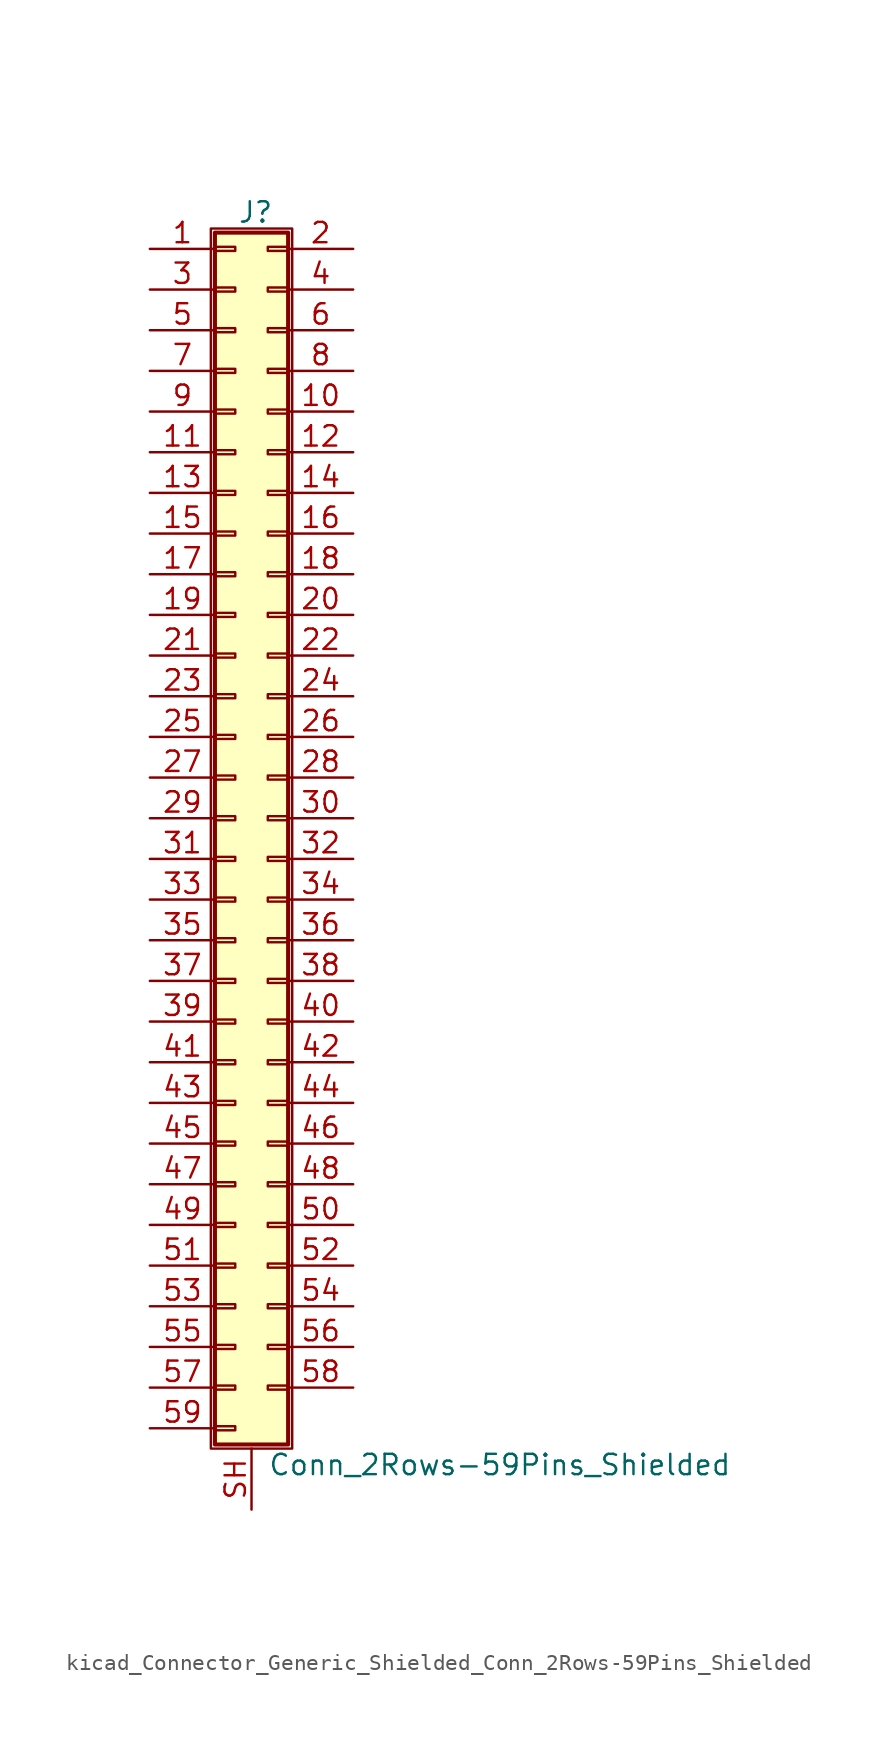
<source format=kicad_sym>
(kicad_symbol_lib
  (version 20220914)
  (generator kicad_symbol_editor)
  (symbol "kicad_Connector_Generic_Shielded_Conn_2Rows-59Pins_Shielded"
    (pin_names
      (offset 1.016) hide)
    (property "Reference" "J"
      (at 1.524 37.846 0)
      (effects (font (size 1.27 1.27))))
    (property "Value" "Conn_2Rows-59Pins_Shielded"
      (at 2.286 -40.386 0)
      (effects (font (size 1.27 1.27)) (justify left)))
    (symbol "kicad_Connector_Generic_Shielded_Conn_2Rows-59Pins_Shielded_1_1"
      (rectangle (start -1.27 36.83) (end 3.81 -39.37) (stroke (width 0.152) (type default)) (fill (type none)))
      (rectangle (start -1.016 -37.973) (end 0.254 -38.227) (stroke (width 0.152) (type default)) (fill (type none)))
      (rectangle (start -1.016 -35.433) (end 0.254 -35.687) (stroke (width 0.152) (type default)) (fill (type none)))
      (rectangle (start -1.016 -32.893) (end 0.254 -33.147) (stroke (width 0.152) (type default)) (fill (type none)))
      (rectangle (start -1.016 -30.353) (end 0.254 -30.607) (stroke (width 0.152) (type default)) (fill (type none)))
      (rectangle (start -1.016 -27.813) (end 0.254 -28.067) (stroke (width 0.152) (type default)) (fill (type none)))
      (rectangle (start -1.016 -25.273) (end 0.254 -25.527) (stroke (width 0.152) (type default)) (fill (type none)))
      (rectangle (start -1.016 -22.733) (end 0.254 -22.987) (stroke (width 0.152) (type default)) (fill (type none)))
      (rectangle (start -1.016 -20.193) (end 0.254 -20.447) (stroke (width 0.152) (type default)) (fill (type none)))
      (rectangle (start -1.016 -17.653) (end 0.254 -17.907) (stroke (width 0.152) (type default)) (fill (type none)))
      (rectangle (start -1.016 -15.113) (end 0.254 -15.367) (stroke (width 0.152) (type default)) (fill (type none)))
      (rectangle (start -1.016 -12.573) (end 0.254 -12.827) (stroke (width 0.152) (type default)) (fill (type none)))
      (rectangle (start -1.016 -10.033) (end 0.254 -10.287) (stroke (width 0.152) (type default)) (fill (type none)))
      (rectangle (start -1.016 -7.493) (end 0.254 -7.747) (stroke (width 0.152) (type default)) (fill (type none)))
      (rectangle (start -1.016 -4.953) (end 0.254 -5.207) (stroke (width 0.152) (type default)) (fill (type none)))
      (rectangle (start -1.016 -2.413) (end 0.254 -2.667) (stroke (width 0.152) (type default)) (fill (type none)))
      (rectangle (start -1.016 0.127) (end 0.254 -0.127) (stroke (width 0.152) (type default)) (fill (type none)))
      (rectangle (start -1.016 2.667) (end 0.254 2.413) (stroke (width 0.152) (type default)) (fill (type none)))
      (rectangle (start -1.016 5.207) (end 0.254 4.953) (stroke (width 0.152) (type default)) (fill (type none)))
      (rectangle (start -1.016 7.747) (end 0.254 7.493) (stroke (width 0.152) (type default)) (fill (type none)))
      (rectangle (start -1.016 10.287) (end 0.254 10.033) (stroke (width 0.152) (type default)) (fill (type none)))
      (rectangle (start -1.016 12.827) (end 0.254 12.573) (stroke (width 0.152) (type default)) (fill (type none)))
      (rectangle (start -1.016 15.367) (end 0.254 15.113) (stroke (width 0.152) (type default)) (fill (type none)))
      (rectangle (start -1.016 17.907) (end 0.254 17.653) (stroke (width 0.152) (type default)) (fill (type none)))
      (rectangle (start -1.016 20.447) (end 0.254 20.193) (stroke (width 0.152) (type default)) (fill (type none)))
      (rectangle (start -1.016 22.987) (end 0.254 22.733) (stroke (width 0.152) (type default)) (fill (type none)))
      (rectangle (start -1.016 25.527) (end 0.254 25.273) (stroke (width 0.152) (type default)) (fill (type none)))
      (rectangle (start -1.016 28.067) (end 0.254 27.813) (stroke (width 0.152) (type default)) (fill (type none)))
      (rectangle (start -1.016 30.607) (end 0.254 30.353) (stroke (width 0.152) (type default)) (fill (type none)))
      (rectangle (start -1.016 33.147) (end 0.254 32.893) (stroke (width 0.152) (type default)) (fill (type none)))
      (rectangle (start -1.016 35.687) (end 0.254 35.433) (stroke (width 0.152) (type default)) (fill (type none)))
      (rectangle (start -1.016 36.576) (end 3.556 -39.116) (stroke (width 0.254) (type default)) (fill (type background)))
      (rectangle (start 3.556 -35.433) (end 2.286 -35.687) (stroke (width 0.152) (type default)) (fill (type none)))
      (rectangle (start 3.556 -32.893) (end 2.286 -33.147) (stroke (width 0.152) (type default)) (fill (type none)))
      (rectangle (start 3.556 -30.353) (end 2.286 -30.607) (stroke (width 0.152) (type default)) (fill (type none)))
      (rectangle (start 3.556 -27.813) (end 2.286 -28.067) (stroke (width 0.152) (type default)) (fill (type none)))
      (rectangle (start 3.556 -25.273) (end 2.286 -25.527) (stroke (width 0.152) (type default)) (fill (type none)))
      (rectangle (start 3.556 -22.733) (end 2.286 -22.987) (stroke (width 0.152) (type default)) (fill (type none)))
      (rectangle (start 3.556 -20.193) (end 2.286 -20.447) (stroke (width 0.152) (type default)) (fill (type none)))
      (rectangle (start 3.556 -17.653) (end 2.286 -17.907) (stroke (width 0.152) (type default)) (fill (type none)))
      (rectangle (start 3.556 -15.113) (end 2.286 -15.367) (stroke (width 0.152) (type default)) (fill (type none)))
      (rectangle (start 3.556 -12.573) (end 2.286 -12.827) (stroke (width 0.152) (type default)) (fill (type none)))
      (rectangle (start 3.556 -10.033) (end 2.286 -10.287) (stroke (width 0.152) (type default)) (fill (type none)))
      (rectangle (start 3.556 -7.493) (end 2.286 -7.747) (stroke (width 0.152) (type default)) (fill (type none)))
      (rectangle (start 3.556 -4.953) (end 2.286 -5.207) (stroke (width 0.152) (type default)) (fill (type none)))
      (rectangle (start 3.556 -2.413) (end 2.286 -2.667) (stroke (width 0.152) (type default)) (fill (type none)))
      (rectangle (start 3.556 0.127) (end 2.286 -0.127) (stroke (width 0.152) (type default)) (fill (type none)))
      (rectangle (start 3.556 2.667) (end 2.286 2.413) (stroke (width 0.152) (type default)) (fill (type none)))
      (rectangle (start 3.556 5.207) (end 2.286 4.953) (stroke (width 0.152) (type default)) (fill (type none)))
      (rectangle (start 3.556 7.747) (end 2.286 7.493) (stroke (width 0.152) (type default)) (fill (type none)))
      (rectangle (start 3.556 10.287) (end 2.286 10.033) (stroke (width 0.152) (type default)) (fill (type none)))
      (rectangle (start 3.556 12.827) (end 2.286 12.573) (stroke (width 0.152) (type default)) (fill (type none)))
      (rectangle (start 3.556 15.367) (end 2.286 15.113) (stroke (width 0.152) (type default)) (fill (type none)))
      (rectangle (start 3.556 17.907) (end 2.286 17.653) (stroke (width 0.152) (type default)) (fill (type none)))
      (rectangle (start 3.556 20.447) (end 2.286 20.193) (stroke (width 0.152) (type default)) (fill (type none)))
      (rectangle (start 3.556 22.987) (end 2.286 22.733) (stroke (width 0.152) (type default)) (fill (type none)))
      (rectangle (start 3.556 25.527) (end 2.286 25.273) (stroke (width 0.152) (type default)) (fill (type none)))
      (rectangle (start 3.556 28.067) (end 2.286 27.813) (stroke (width 0.152) (type default)) (fill (type none)))
      (rectangle (start 3.556 30.607) (end 2.286 30.353) (stroke (width 0.152) (type default)) (fill (type none)))
      (rectangle (start 3.556 33.147) (end 2.286 32.893) (stroke (width 0.152) (type default)) (fill (type none)))
      (rectangle (start 3.556 35.687) (end 2.286 35.433) (stroke (width 0.152) (type default)) (fill (type none)))
      (pin passive line (at -5.08 35.56 0) (length 4.064) (name "Pin_1" (effects (font (size 1.27 1.27)))) (number "1" (effects (font (size 1.27 1.27)))))
      (pin passive line (at 7.62 25.4 180) (length 4.064) (name "Pin_10" (effects (font (size 1.27 1.27)))) (number "10" (effects (font (size 1.27 1.27)))))
      (pin passive line (at -5.08 22.86 0) (length 4.064) (name "Pin_11" (effects (font (size 1.27 1.27)))) (number "11" (effects (font (size 1.27 1.27)))))
      (pin passive line (at 7.62 22.86 180) (length 4.064) (name "Pin_12" (effects (font (size 1.27 1.27)))) (number "12" (effects (font (size 1.27 1.27)))))
      (pin passive line (at -5.08 20.32 0) (length 4.064) (name "Pin_13" (effects (font (size 1.27 1.27)))) (number "13" (effects (font (size 1.27 1.27)))))
      (pin passive line (at 7.62 20.32 180) (length 4.064) (name "Pin_14" (effects (font (size 1.27 1.27)))) (number "14" (effects (font (size 1.27 1.27)))))
      (pin passive line (at -5.08 17.78 0) (length 4.064) (name "Pin_15" (effects (font (size 1.27 1.27)))) (number "15" (effects (font (size 1.27 1.27)))))
      (pin passive line (at 7.62 17.78 180) (length 4.064) (name "Pin_16" (effects (font (size 1.27 1.27)))) (number "16" (effects (font (size 1.27 1.27)))))
      (pin passive line (at -5.08 15.24 0) (length 4.064) (name "Pin_17" (effects (font (size 1.27 1.27)))) (number "17" (effects (font (size 1.27 1.27)))))
      (pin passive line (at 7.62 15.24 180) (length 4.064) (name "Pin_18" (effects (font (size 1.27 1.27)))) (number "18" (effects (font (size 1.27 1.27)))))
      (pin passive line (at -5.08 12.7 0) (length 4.064) (name "Pin_19" (effects (font (size 1.27 1.27)))) (number "19" (effects (font (size 1.27 1.27)))))
      (pin passive line (at 7.62 35.56 180) (length 4.064) (name "Pin_2" (effects (font (size 1.27 1.27)))) (number "2" (effects (font (size 1.27 1.27)))))
      (pin passive line (at 7.62 12.7 180) (length 4.064) (name "Pin_20" (effects (font (size 1.27 1.27)))) (number "20" (effects (font (size 1.27 1.27)))))
      (pin passive line (at -5.08 10.16 0) (length 4.064) (name "Pin_21" (effects (font (size 1.27 1.27)))) (number "21" (effects (font (size 1.27 1.27)))))
      (pin passive line (at 7.62 10.16 180) (length 4.064) (name "Pin_22" (effects (font (size 1.27 1.27)))) (number "22" (effects (font (size 1.27 1.27)))))
      (pin passive line (at -5.08 7.62 0) (length 4.064) (name "Pin_23" (effects (font (size 1.27 1.27)))) (number "23" (effects (font (size 1.27 1.27)))))
      (pin passive line (at 7.62 7.62 180) (length 4.064) (name "Pin_24" (effects (font (size 1.27 1.27)))) (number "24" (effects (font (size 1.27 1.27)))))
      (pin passive line (at -5.08 5.08 0) (length 4.064) (name "Pin_25" (effects (font (size 1.27 1.27)))) (number "25" (effects (font (size 1.27 1.27)))))
      (pin passive line (at 7.62 5.08 180) (length 4.064) (name "Pin_26" (effects (font (size 1.27 1.27)))) (number "26" (effects (font (size 1.27 1.27)))))
      (pin passive line (at -5.08 2.54 0) (length 4.064) (name "Pin_27" (effects (font (size 1.27 1.27)))) (number "27" (effects (font (size 1.27 1.27)))))
      (pin passive line (at 7.62 2.54 180) (length 4.064) (name "Pin_28" (effects (font (size 1.27 1.27)))) (number "28" (effects (font (size 1.27 1.27)))))
      (pin passive line (at -5.08 0 0) (length 4.064) (name "Pin_29" (effects (font (size 1.27 1.27)))) (number "29" (effects (font (size 1.27 1.27)))))
      (pin passive line (at -5.08 33.02 0) (length 4.064) (name "Pin_3" (effects (font (size 1.27 1.27)))) (number "3" (effects (font (size 1.27 1.27)))))
      (pin passive line (at 7.62 0 180) (length 4.064) (name "Pin_30" (effects (font (size 1.27 1.27)))) (number "30" (effects (font (size 1.27 1.27)))))
      (pin passive line (at -5.08 -2.54 0) (length 4.064) (name "Pin_31" (effects (font (size 1.27 1.27)))) (number "31" (effects (font (size 1.27 1.27)))))
      (pin passive line (at 7.62 -2.54 180) (length 4.064) (name "Pin_32" (effects (font (size 1.27 1.27)))) (number "32" (effects (font (size 1.27 1.27)))))
      (pin passive line (at -5.08 -5.08 0) (length 4.064) (name "Pin_33" (effects (font (size 1.27 1.27)))) (number "33" (effects (font (size 1.27 1.27)))))
      (pin passive line (at 7.62 -5.08 180) (length 4.064) (name "Pin_34" (effects (font (size 1.27 1.27)))) (number "34" (effects (font (size 1.27 1.27)))))
      (pin passive line (at -5.08 -7.62 0) (length 4.064) (name "Pin_35" (effects (font (size 1.27 1.27)))) (number "35" (effects (font (size 1.27 1.27)))))
      (pin passive line (at 7.62 -7.62 180) (length 4.064) (name "Pin_36" (effects (font (size 1.27 1.27)))) (number "36" (effects (font (size 1.27 1.27)))))
      (pin passive line (at -5.08 -10.16 0) (length 4.064) (name "Pin_37" (effects (font (size 1.27 1.27)))) (number "37" (effects (font (size 1.27 1.27)))))
      (pin passive line (at 7.62 -10.16 180) (length 4.064) (name "Pin_38" (effects (font (size 1.27 1.27)))) (number "38" (effects (font (size 1.27 1.27)))))
      (pin passive line (at -5.08 -12.7 0) (length 4.064) (name "Pin_39" (effects (font (size 1.27 1.27)))) (number "39" (effects (font (size 1.27 1.27)))))
      (pin passive line (at 7.62 33.02 180) (length 4.064) (name "Pin_4" (effects (font (size 1.27 1.27)))) (number "4" (effects (font (size 1.27 1.27)))))
      (pin passive line (at 7.62 -12.7 180) (length 4.064) (name "Pin_40" (effects (font (size 1.27 1.27)))) (number "40" (effects (font (size 1.27 1.27)))))
      (pin passive line (at -5.08 -15.24 0) (length 4.064) (name "Pin_41" (effects (font (size 1.27 1.27)))) (number "41" (effects (font (size 1.27 1.27)))))
      (pin passive line (at 7.62 -15.24 180) (length 4.064) (name "Pin_42" (effects (font (size 1.27 1.27)))) (number "42" (effects (font (size 1.27 1.27)))))
      (pin passive line (at -5.08 -17.78 0) (length 4.064) (name "Pin_43" (effects (font (size 1.27 1.27)))) (number "43" (effects (font (size 1.27 1.27)))))
      (pin passive line (at 7.62 -17.78 180) (length 4.064) (name "Pin_44" (effects (font (size 1.27 1.27)))) (number "44" (effects (font (size 1.27 1.27)))))
      (pin passive line (at -5.08 -20.32 0) (length 4.064) (name "Pin_45" (effects (font (size 1.27 1.27)))) (number "45" (effects (font (size 1.27 1.27)))))
      (pin passive line (at 7.62 -20.32 180) (length 4.064) (name "Pin_46" (effects (font (size 1.27 1.27)))) (number "46" (effects (font (size 1.27 1.27)))))
      (pin passive line (at -5.08 -22.86 0) (length 4.064) (name "Pin_47" (effects (font (size 1.27 1.27)))) (number "47" (effects (font (size 1.27 1.27)))))
      (pin passive line (at 7.62 -22.86 180) (length 4.064) (name "Pin_48" (effects (font (size 1.27 1.27)))) (number "48" (effects (font (size 1.27 1.27)))))
      (pin passive line (at -5.08 -25.4 0) (length 4.064) (name "Pin_49" (effects (font (size 1.27 1.27)))) (number "49" (effects (font (size 1.27 1.27)))))
      (pin passive line (at -5.08 30.48 0) (length 4.064) (name "Pin_5" (effects (font (size 1.27 1.27)))) (number "5" (effects (font (size 1.27 1.27)))))
      (pin passive line (at 7.62 -25.4 180) (length 4.064) (name "Pin_50" (effects (font (size 1.27 1.27)))) (number "50" (effects (font (size 1.27 1.27)))))
      (pin passive line (at -5.08 -27.94 0) (length 4.064) (name "Pin_51" (effects (font (size 1.27 1.27)))) (number "51" (effects (font (size 1.27 1.27)))))
      (pin passive line (at 7.62 -27.94 180) (length 4.064) (name "Pin_52" (effects (font (size 1.27 1.27)))) (number "52" (effects (font (size 1.27 1.27)))))
      (pin passive line (at -5.08 -30.48 0) (length 4.064) (name "Pin_53" (effects (font (size 1.27 1.27)))) (number "53" (effects (font (size 1.27 1.27)))))
      (pin passive line (at 7.62 -30.48 180) (length 4.064) (name "Pin_54" (effects (font (size 1.27 1.27)))) (number "54" (effects (font (size 1.27 1.27)))))
      (pin passive line (at -5.08 -33.02 0) (length 4.064) (name "Pin_55" (effects (font (size 1.27 1.27)))) (number "55" (effects (font (size 1.27 1.27)))))
      (pin passive line (at 7.62 -33.02 180) (length 4.064) (name "Pin_56" (effects (font (size 1.27 1.27)))) (number "56" (effects (font (size 1.27 1.27)))))
      (pin passive line (at -5.08 -35.56 0) (length 4.064) (name "Pin_57" (effects (font (size 1.27 1.27)))) (number "57" (effects (font (size 1.27 1.27)))))
      (pin passive line (at 7.62 -35.56 180) (length 4.064) (name "Pin_58" (effects (font (size 1.27 1.27)))) (number "58" (effects (font (size 1.27 1.27)))))
      (pin passive line (at -5.08 -38.1 0) (length 4.064) (name "Pin_59" (effects (font (size 1.27 1.27)))) (number "59" (effects (font (size 1.27 1.27)))))
      (pin passive line (at 7.62 30.48 180) (length 4.064) (name "Pin_6" (effects (font (size 1.27 1.27)))) (number "6" (effects (font (size 1.27 1.27)))))
      (pin passive line (at -5.08 27.94 0) (length 4.064) (name "Pin_7" (effects (font (size 1.27 1.27)))) (number "7" (effects (font (size 1.27 1.27)))))
      (pin passive line (at 7.62 27.94 180) (length 4.064) (name "Pin_8" (effects (font (size 1.27 1.27)))) (number "8" (effects (font (size 1.27 1.27)))))
      (pin passive line (at -5.08 25.4 0) (length 4.064) (name "Pin_9" (effects (font (size 1.27 1.27)))) (number "9" (effects (font (size 1.27 1.27)))))
      (pin passive line (at 1.27 -43.18 90) (length 3.81) (name "Shield" (effects (font (size 1.27 1.27)))) (number "SH" (effects (font (size 1.27 1.27))))))))
</source>
